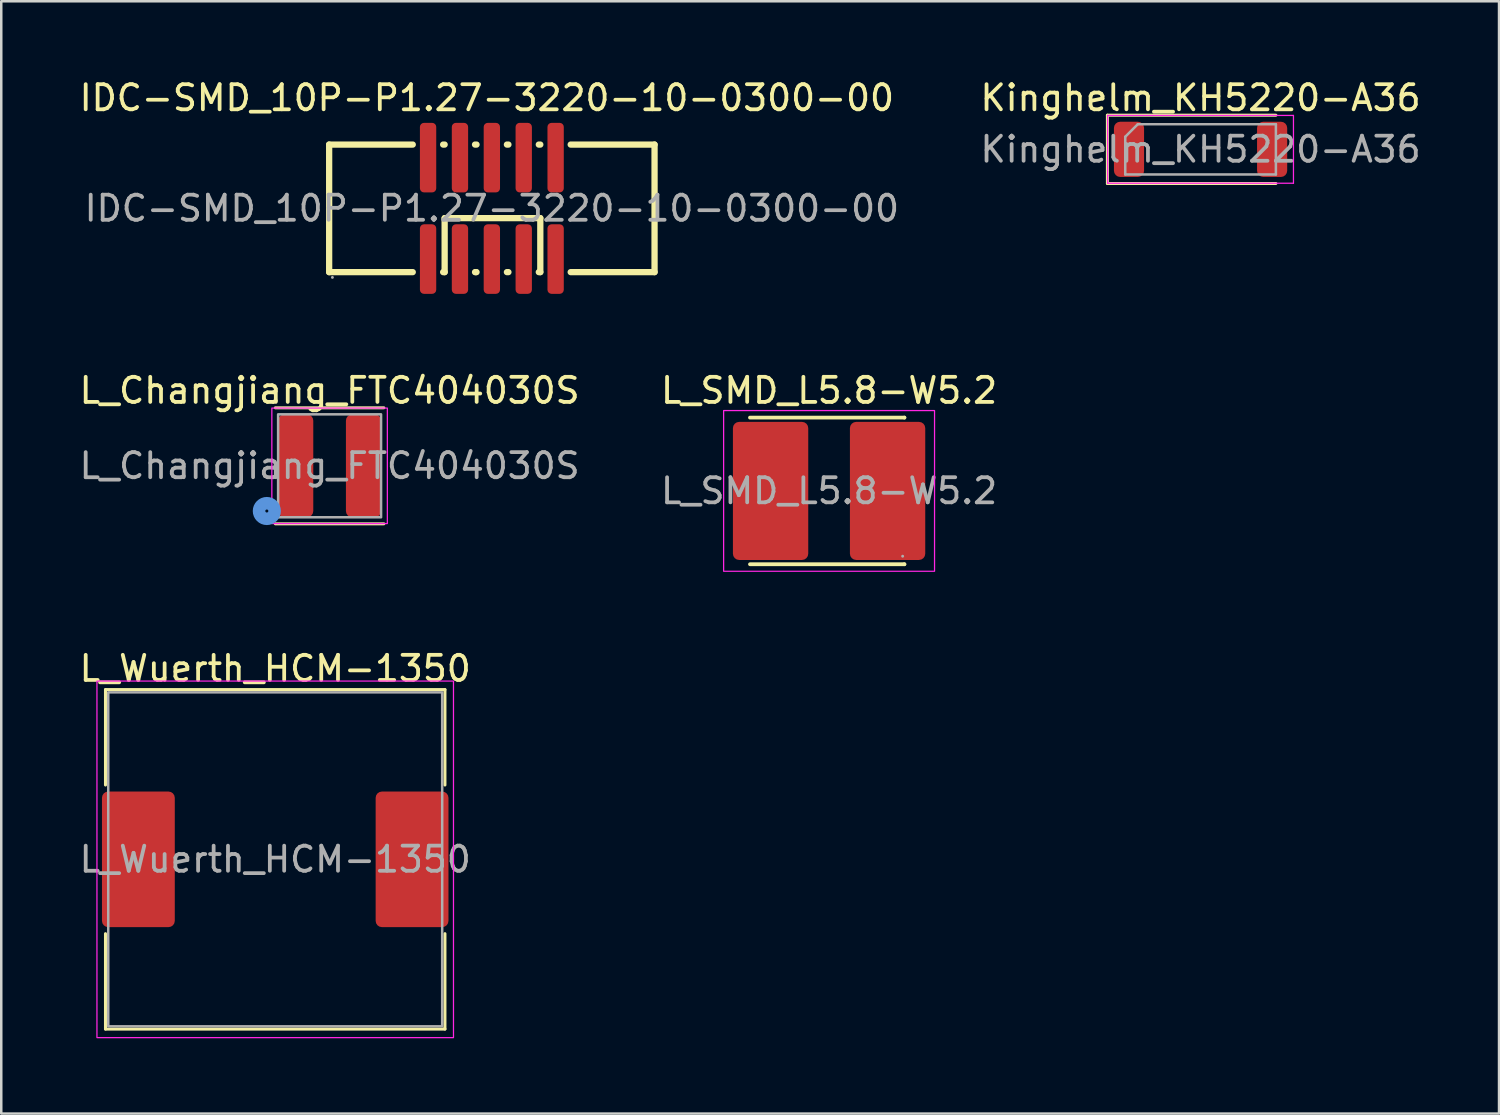
<source format=kicad_pcb>
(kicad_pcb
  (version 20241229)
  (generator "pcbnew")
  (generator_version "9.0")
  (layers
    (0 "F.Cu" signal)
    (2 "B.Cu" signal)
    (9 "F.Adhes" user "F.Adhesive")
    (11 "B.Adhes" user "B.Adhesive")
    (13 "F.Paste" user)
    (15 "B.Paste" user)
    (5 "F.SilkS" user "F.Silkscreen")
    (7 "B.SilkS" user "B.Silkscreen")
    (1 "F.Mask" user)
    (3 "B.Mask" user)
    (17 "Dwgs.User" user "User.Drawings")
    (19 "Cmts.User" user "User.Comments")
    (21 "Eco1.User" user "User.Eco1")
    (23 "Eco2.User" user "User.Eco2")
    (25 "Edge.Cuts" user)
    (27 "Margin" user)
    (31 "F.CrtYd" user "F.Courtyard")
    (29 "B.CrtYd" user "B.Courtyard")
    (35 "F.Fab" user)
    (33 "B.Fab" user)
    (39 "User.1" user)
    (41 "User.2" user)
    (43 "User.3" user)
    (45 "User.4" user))
  (footprint "Kinghelm_KH5220-A36"
    (layer "F.Cu")
    (at 44.765 2.898)
    (property "Reference" "Kinghelm_KH5220-A36" (at 0 -2.05 0) (layer "F.SilkS") (effects (font (size 1 1) (thickness 0.15))))
    (attr smd)
    (fp_line (start -3.71 -1.36) (end -3.71 1.36) (stroke (width 0.12) (type solid)) (layer "F.SilkS"))
    (fp_line (start -3.71 1.36) (end 3 1.36) (stroke (width 0.12) (type solid)) (layer "F.SilkS"))
    (fp_line (start 3 -1.36) (end -3.71 -1.36) (stroke (width 0.12) (type solid)) (layer "F.SilkS"))
    (fp_line (start -3.7 -1.35) (end 3.7 -1.35) (stroke (width 0.05) (type solid)) (layer "F.CrtYd"))
    (fp_line (start -3.7 1.35) (end -3.7 -1.35) (stroke (width 0.05) (type solid)) (layer "F.CrtYd"))
    (fp_line (start 3.7 -1.35) (end 3.7 1.35) (stroke (width 0.05) (type solid)) (layer "F.CrtYd"))
    (fp_line (start 3.7 1.35) (end -3.7 1.35) (stroke (width 0.05) (type solid)) (layer "F.CrtYd"))
    (fp_line (start -3 -0.5) (end -3 1) (stroke (width 0.1) (type solid)) (layer "F.Fab"))
    (fp_line (start -3 1) (end 3 1) (stroke (width 0.1) (type solid)) (layer "F.Fab"))
    (fp_line (start -2.5 -1) (end -3 -0.5) (stroke (width 0.1) (type solid)) (layer "F.Fab"))
    (fp_line (start 3 -1) (end -2.5 -1) (stroke (width 0.1) (type solid)) (layer "F.Fab"))
    (fp_line (start 3 1) (end 3 -1) (stroke (width 0.1) (type solid)) (layer "F.Fab"))
    (fp_text user "${REFERENCE}" (at 0 0 0) (layer "F.Fab") (effects (font (size 1 1) (thickness 0.15))))
    (pad "1" smd roundrect (at -2.85 0) (size 1.2 2.2) (layers "F.Cu" "F.Mask" "F.Paste") (roundrect_rratio 0.208))
    (pad "2" smd roundrect (at 2.85 0) (size 1.2 2.2) (layers "F.Cu" "F.Mask" "F.Paste") (roundrect_rratio 0.208)))
  (footprint "IDC-SMD_10P-P1.27-3220-10-0300-00"
    (layer "F.Cu")
    (at 16.539 5.248)
    (property "Reference" "IDC-SMD_10P-P1.27-3220-10-0300-00" (at -0.2 -4.4 0) (layer "F.SilkS") (effects (font (size 1 1) (thickness 0.15))))
    (attr through_hole)
    (fp_line (start -6.48 -2.54) (end -3.15 -2.54) (stroke (width 0.25) (type solid)) (layer "F.SilkS"))
    (fp_line (start -6.48 2.54) (end -6.48 -2.54) (stroke (width 0.25) (type solid)) (layer "F.SilkS"))
    (fp_line (start -3.15 2.54) (end -6.48 2.54) (stroke (width 0.25) (type solid)) (layer "F.SilkS"))
    (fp_line (start -1.94 -2.54) (end -1.88 -2.54) (stroke (width 0.25) (type solid)) (layer "F.SilkS"))
    (fp_line (start -1.88 0.39) (end 1.93 0.39) (stroke (width 0.25) (type solid)) (layer "F.SilkS"))
    (fp_line (start -1.88 2.54) (end -1.94 2.54) (stroke (width 0.25) (type solid)) (layer "F.SilkS"))
    (fp_line (start -1.88 2.54) (end -1.88 0.39) (stroke (width 0.25) (type solid)) (layer "F.SilkS"))
    (fp_line (start -0.67 -2.54) (end -0.61 -2.54) (stroke (width 0.25) (type solid)) (layer "F.SilkS"))
    (fp_line (start -0.64 2.54) (end -0.67 2.54) (stroke (width 0.25) (type solid)) (layer "F.SilkS"))
    (fp_line (start -0.61 2.54) (end -0.64 2.54) (stroke (width 0.25) (type solid)) (layer "F.SilkS"))
    (fp_line (start 0.6 -2.54) (end 0.66 -2.54) (stroke (width 0.25) (type solid)) (layer "F.SilkS"))
    (fp_line (start 0.66 2.54) (end 0.6 2.54) (stroke (width 0.25) (type solid)) (layer "F.SilkS"))
    (fp_line (start 1.87 -2.54) (end 1.93 -2.54) (stroke (width 0.25) (type solid)) (layer "F.SilkS"))
    (fp_line (start 1.93 2.54) (end 1.87 2.54) (stroke (width 0.25) (type solid)) (layer "F.SilkS"))
    (fp_line (start 1.93 2.54) (end 1.93 0.39) (stroke (width 0.25) (type solid)) (layer "F.SilkS"))
    (fp_line (start 3.14 -2.54) (end 6.48 -2.54) (stroke (width 0.25) (type solid)) (layer "F.SilkS"))
    (fp_line (start 6.48 -2.54) (end 6.48 2.54) (stroke (width 0.25) (type solid)) (layer "F.SilkS"))
    (fp_line (start 6.48 2.54) (end 3.14 2.54) (stroke (width 0.25) (type solid)) (layer "F.SilkS"))
    (fp_circle (center -6.35 2.75) (end -6.32 2.75) (stroke (width 0.06) (type solid)) (fill no) (layer "F.Fab"))
    (fp_text user "${REFERENCE}" (at 0 0 0) (layer "F.Fab") (effects (font (size 1 1) (thickness 0.15))))
    (pad "1" smd roundrect (at -2.54 2.02) (size 0.65 2.77) (layers "F.Cu" "F.Mask" "F.Paste") (roundrect_rratio 0.25))
    (pad "2" smd roundrect (at -2.54 -2.02) (size 0.65 2.77) (layers "F.Cu" "F.Mask" "F.Paste") (roundrect_rratio 0.25))
    (pad "3" smd roundrect (at -1.27 2.02) (size 0.65 2.77) (layers "F.Cu" "F.Mask" "F.Paste") (roundrect_rratio 0.25))
    (pad "4" smd roundrect (at -1.27 -2.02) (size 0.65 2.77) (layers "F.Cu" "F.Mask" "F.Paste") (roundrect_rratio 0.25))
    (pad "5" smd roundrect (at 0 2.02) (size 0.65 2.77) (layers "F.Cu" "F.Mask" "F.Paste") (roundrect_rratio 0.25))
    (pad "6" smd roundrect (at 0 -2.02) (size 0.65 2.77) (layers "F.Cu" "F.Mask" "F.Paste") (roundrect_rratio 0.25))
    (pad "7" smd roundrect (at 1.27 2.02) (size 0.65 2.77) (layers "F.Cu" "F.Mask" "F.Paste") (roundrect_rratio 0.25))
    (pad "8" smd roundrect (at 1.27 -2.02) (size 0.65 2.77) (layers "F.Cu" "F.Mask" "F.Paste") (roundrect_rratio 0.25))
    (pad "9" smd roundrect (at 2.54 2.02) (size 0.65 2.77) (layers "F.Cu" "F.Mask" "F.Paste") (roundrect_rratio 0.25))
    (pad "10" smd roundrect (at 2.54 -2.02) (size 0.65 2.77) (layers "F.Cu" "F.Mask" "F.Paste") (roundrect_rratio 0.25)))
  (footprint "L_SMD_L5.8-W5.2"
    (layer "F.Cu")
    (at 29.97 16.502)
    (property "Reference" "L_SMD_L5.8-W5.2" (at 0 -4 0) (layer "F.SilkS") (effects (font (size 1 1) (thickness 0.15))))
    (attr smd)
    (fp_line (start -3.15 -2.92) (end 3 -2.92) (stroke (width 0.15) (type solid)) (layer "F.SilkS"))
    (fp_line (start -3.15 2.92) (end 3 2.92) (stroke (width 0.15) (type solid)) (layer "F.SilkS"))
    (fp_line (start 3 -2.92) (end 3 -2.92) (stroke (width 0.15) (type solid)) (layer "F.SilkS"))
    (fp_line (start 3 2.92) (end 3 2.92) (stroke (width 0.15) (type solid)) (layer "F.SilkS"))
    (fp_rect (start -4.2 -3.2) (end 4.2 3.2) (stroke (width 0.05) (type default)) (fill no) (layer "F.CrtYd"))
    (fp_circle (center 2.93 2.6) (end 2.96 2.6) (stroke (width 0.06) (type solid)) (fill no) (layer "F.Fab"))
    (fp_text user "${REFERENCE}" (at 0 0 0) (layer "F.Fab") (effects (font (size 1 1) (thickness 0.15))))
    (pad "1" smd roundrect (at 2.33 0) (size 3 5.5) (layers "F.Cu" "F.Mask" "F.Paste") (roundrect_rratio 0.083))
    (pad "2" smd roundrect (at -2.33 0) (size 3 5.5) (layers "F.Cu" "F.Mask" "F.Paste") (roundrect_rratio 0.083)))
  (footprint "L_Wuerth_HCM-1350"
    (layer "F.Cu")
    (at 7.911 31.175)
    (property "Reference" "L_Wuerth_HCM-1350" (at 0 -7.6 0) (layer "F.SilkS") (effects (font (size 1 1) (thickness 0.15))))
    (attr smd)
    (fp_line (start -6.76 -6.76) (end 6.76 -6.76) (stroke (width 0.12) (type solid)) (layer "F.SilkS"))
    (fp_line (start -6.76 -2.96) (end -6.76 -6.76) (stroke (width 0.12) (type solid)) (layer "F.SilkS"))
    (fp_line (start -6.76 6.76) (end -6.76 2.96) (stroke (width 0.12) (type solid)) (layer "F.SilkS"))
    (fp_line (start 6.76 -6.76) (end 6.76 -2.96) (stroke (width 0.12) (type solid)) (layer "F.SilkS"))
    (fp_line (start 6.76 2.96) (end 6.76 6.76) (stroke (width 0.12) (type solid)) (layer "F.SilkS"))
    (fp_line (start 6.76 6.76) (end -6.76 6.76) (stroke (width 0.12) (type solid)) (layer "F.SilkS"))
    (fp_rect (start -7.1 -7.1) (end 7.1 7.1) (stroke (width 0.05) (type default)) (fill no) (layer "F.CrtYd"))
    (fp_rect (start -6.65 -6.65) (end 6.65 6.65) (stroke (width 0.1) (type solid)) (fill no) (layer "F.Fab"))
    (fp_text user "${REFERENCE}" (at 0 0 0) (layer "F.Fab") (effects (font (size 1 1) (thickness 0.15))))
    (pad "1" smd roundrect (at -5.45 0) (size 2.9 5.4) (layers "F.Cu" "F.Mask" "F.Paste") (roundrect_rratio 0.086))
    (pad "2" smd roundrect (at 5.45 0) (size 2.9 5.4) (layers "F.Cu" "F.Mask" "F.Paste") (roundrect_rratio 0.086)))
  (footprint "L_Changjiang_FTC404030S"
    (layer "F.Cu")
    (at 10.077 15.502)
    (property "Reference" "L_Changjiang_FTC404030S" (at 0 -3 0) (layer "F.SilkS") (effects (font (size 1 1) (thickness 0.15))))
    (attr smd)
    (fp_line (start -2.16 -2.31) (end 2.16 -2.31) (stroke (width 0.12) (type solid)) (layer "F.SilkS"))
    (fp_line (start 2.16 2.31) (end -2.16 2.31) (stroke (width 0.12) (type solid)) (layer "F.SilkS"))
    (fp_circle (center -2.5 1.8) (end -2.44 1.8) (stroke (width 0.5) (type solid)) (fill no) (layer "Cmts.User"))
    (fp_rect (start -2.3 -2.3) (end 2.3 2.3) (stroke (width 0.05) (type solid)) (fill no) (layer "F.CrtYd"))
    (fp_rect (start -2.05 -2.05) (end 2.05 2.05) (stroke (width 0.1) (type solid)) (fill no) (layer "F.Fab"))
    (fp_text user "${REFERENCE}" (at 0 0 0) (layer "F.Fab") (effects (font (size 1 1) (thickness 0.15))))
    (pad "1" smd roundrect (at -1.35 0) (size 1.4 4.1) (layers "F.Cu" "F.Mask" "F.Paste") (roundrect_rratio 0.179))
    (pad "2" smd roundrect (at 1.35 0) (size 1.4 4.1) (layers "F.Cu" "F.Mask" "F.Paste") (roundrect_rratio 0.179)))
  (gr_rect
    (start -3 -3)
    (end 56.652 41.3)
    (stroke (width 0.1) (type default))
    (fill no)
    (layer "Edge.Cuts")))
</source>
